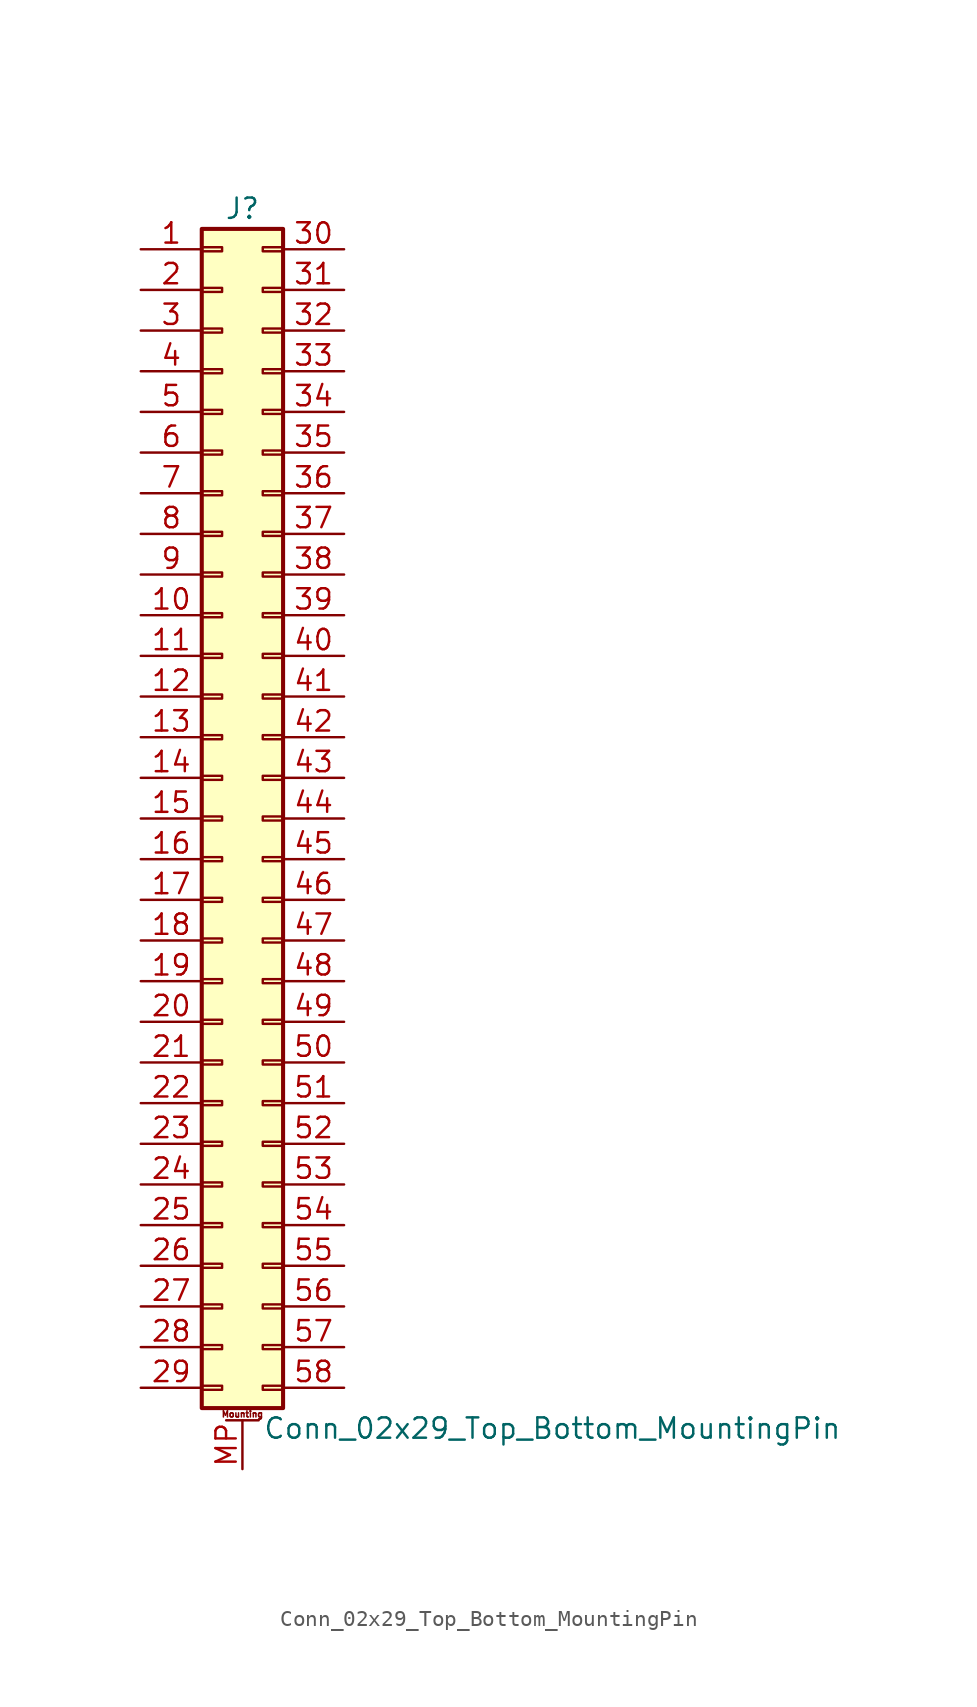
<source format=kicad_sym>
(kicad_symbol_lib
  (version 20220914)
  (generator kicad_symbol_editor)
  (symbol "Conn_02x29_Top_Bottom_MountingPin"
    (pin_names
      (offset 1.016) hide)
    (property "Reference" "J"
      (at 1.27 38.1 0)
      (effects (font (size 1.27 1.27))))
    (property "Value" "Conn_02x29_Top_Bottom_MountingPin"
      (at 2.54 -38.1 0)
      (effects (font (size 1.27 1.27)) (justify left)))
    (symbol "Conn_02x29_Top_Bottom_MountingPin_1_1"
      (rectangle (start -1.27 -35.433) (end 0 -35.687) (stroke (width 0.152) (type default)) (fill (type none)))
      (rectangle (start -1.27 -32.893) (end 0 -33.147) (stroke (width 0.152) (type default)) (fill (type none)))
      (rectangle (start -1.27 -30.353) (end 0 -30.607) (stroke (width 0.152) (type default)) (fill (type none)))
      (rectangle (start -1.27 -27.813) (end 0 -28.067) (stroke (width 0.152) (type default)) (fill (type none)))
      (rectangle (start -1.27 -25.273) (end 0 -25.527) (stroke (width 0.152) (type default)) (fill (type none)))
      (rectangle (start -1.27 -22.733) (end 0 -22.987) (stroke (width 0.152) (type default)) (fill (type none)))
      (rectangle (start -1.27 -20.193) (end 0 -20.447) (stroke (width 0.152) (type default)) (fill (type none)))
      (rectangle (start -1.27 -17.653) (end 0 -17.907) (stroke (width 0.152) (type default)) (fill (type none)))
      (rectangle (start -1.27 -15.113) (end 0 -15.367) (stroke (width 0.152) (type default)) (fill (type none)))
      (rectangle (start -1.27 -12.573) (end 0 -12.827) (stroke (width 0.152) (type default)) (fill (type none)))
      (rectangle (start -1.27 -10.033) (end 0 -10.287) (stroke (width 0.152) (type default)) (fill (type none)))
      (rectangle (start -1.27 -7.493) (end 0 -7.747) (stroke (width 0.152) (type default)) (fill (type none)))
      (rectangle (start -1.27 -4.953) (end 0 -5.207) (stroke (width 0.152) (type default)) (fill (type none)))
      (rectangle (start -1.27 -2.413) (end 0 -2.667) (stroke (width 0.152) (type default)) (fill (type none)))
      (rectangle (start -1.27 0.127) (end 0 -0.127) (stroke (width 0.152) (type default)) (fill (type none)))
      (rectangle (start -1.27 2.667) (end 0 2.413) (stroke (width 0.152) (type default)) (fill (type none)))
      (rectangle (start -1.27 5.207) (end 0 4.953) (stroke (width 0.152) (type default)) (fill (type none)))
      (rectangle (start -1.27 7.747) (end 0 7.493) (stroke (width 0.152) (type default)) (fill (type none)))
      (rectangle (start -1.27 10.287) (end 0 10.033) (stroke (width 0.152) (type default)) (fill (type none)))
      (rectangle (start -1.27 12.827) (end 0 12.573) (stroke (width 0.152) (type default)) (fill (type none)))
      (rectangle (start -1.27 15.367) (end 0 15.113) (stroke (width 0.152) (type default)) (fill (type none)))
      (rectangle (start -1.27 17.907) (end 0 17.653) (stroke (width 0.152) (type default)) (fill (type none)))
      (rectangle (start -1.27 20.447) (end 0 20.193) (stroke (width 0.152) (type default)) (fill (type none)))
      (rectangle (start -1.27 22.987) (end 0 22.733) (stroke (width 0.152) (type default)) (fill (type none)))
      (rectangle (start -1.27 25.527) (end 0 25.273) (stroke (width 0.152) (type default)) (fill (type none)))
      (rectangle (start -1.27 28.067) (end 0 27.813) (stroke (width 0.152) (type default)) (fill (type none)))
      (rectangle (start -1.27 30.607) (end 0 30.353) (stroke (width 0.152) (type default)) (fill (type none)))
      (rectangle (start -1.27 33.147) (end 0 32.893) (stroke (width 0.152) (type default)) (fill (type none)))
      (rectangle (start -1.27 35.687) (end 0 35.433) (stroke (width 0.152) (type default)) (fill (type none)))
      (rectangle (start -1.27 36.83) (end 3.81 -36.83) (stroke (width 0.254) (type default)) (fill (type background)))
      (polyline (pts (xy 0.254 -37.592) (xy 2.286 -37.592)) (stroke (width 0.152) (type default)) (fill (type none)))
      (rectangle (start 3.81 -35.433) (end 2.54 -35.687) (stroke (width 0.152) (type default)) (fill (type none)))
      (rectangle (start 3.81 -32.893) (end 2.54 -33.147) (stroke (width 0.152) (type default)) (fill (type none)))
      (rectangle (start 3.81 -30.353) (end 2.54 -30.607) (stroke (width 0.152) (type default)) (fill (type none)))
      (rectangle (start 3.81 -27.813) (end 2.54 -28.067) (stroke (width 0.152) (type default)) (fill (type none)))
      (rectangle (start 3.81 -25.273) (end 2.54 -25.527) (stroke (width 0.152) (type default)) (fill (type none)))
      (rectangle (start 3.81 -22.733) (end 2.54 -22.987) (stroke (width 0.152) (type default)) (fill (type none)))
      (rectangle (start 3.81 -20.193) (end 2.54 -20.447) (stroke (width 0.152) (type default)) (fill (type none)))
      (rectangle (start 3.81 -17.653) (end 2.54 -17.907) (stroke (width 0.152) (type default)) (fill (type none)))
      (rectangle (start 3.81 -15.113) (end 2.54 -15.367) (stroke (width 0.152) (type default)) (fill (type none)))
      (rectangle (start 3.81 -12.573) (end 2.54 -12.827) (stroke (width 0.152) (type default)) (fill (type none)))
      (rectangle (start 3.81 -10.033) (end 2.54 -10.287) (stroke (width 0.152) (type default)) (fill (type none)))
      (rectangle (start 3.81 -7.493) (end 2.54 -7.747) (stroke (width 0.152) (type default)) (fill (type none)))
      (rectangle (start 3.81 -4.953) (end 2.54 -5.207) (stroke (width 0.152) (type default)) (fill (type none)))
      (rectangle (start 3.81 -2.413) (end 2.54 -2.667) (stroke (width 0.152) (type default)) (fill (type none)))
      (rectangle (start 3.81 0.127) (end 2.54 -0.127) (stroke (width 0.152) (type default)) (fill (type none)))
      (rectangle (start 3.81 2.667) (end 2.54 2.413) (stroke (width 0.152) (type default)) (fill (type none)))
      (rectangle (start 3.81 5.207) (end 2.54 4.953) (stroke (width 0.152) (type default)) (fill (type none)))
      (rectangle (start 3.81 7.747) (end 2.54 7.493) (stroke (width 0.152) (type default)) (fill (type none)))
      (rectangle (start 3.81 10.287) (end 2.54 10.033) (stroke (width 0.152) (type default)) (fill (type none)))
      (rectangle (start 3.81 12.827) (end 2.54 12.573) (stroke (width 0.152) (type default)) (fill (type none)))
      (rectangle (start 3.81 15.367) (end 2.54 15.113) (stroke (width 0.152) (type default)) (fill (type none)))
      (rectangle (start 3.81 17.907) (end 2.54 17.653) (stroke (width 0.152) (type default)) (fill (type none)))
      (rectangle (start 3.81 20.447) (end 2.54 20.193) (stroke (width 0.152) (type default)) (fill (type none)))
      (rectangle (start 3.81 22.987) (end 2.54 22.733) (stroke (width 0.152) (type default)) (fill (type none)))
      (rectangle (start 3.81 25.527) (end 2.54 25.273) (stroke (width 0.152) (type default)) (fill (type none)))
      (rectangle (start 3.81 28.067) (end 2.54 27.813) (stroke (width 0.152) (type default)) (fill (type none)))
      (rectangle (start 3.81 30.607) (end 2.54 30.353) (stroke (width 0.152) (type default)) (fill (type none)))
      (rectangle (start 3.81 33.147) (end 2.54 32.893) (stroke (width 0.152) (type default)) (fill (type none)))
      (rectangle (start 3.81 35.687) (end 2.54 35.433) (stroke (width 0.152) (type default)) (fill (type none)))
      (text "Mounting" (at 1.27 -37.211 0) (effects (font (size 0.381 0.381))))
      (pin passive line (at -5.08 35.56 0) (length 3.81) (name "Pin_1" (effects (font (size 1.27 1.27)))) (number "1" (effects (font (size 1.27 1.27)))))
      (pin passive line (at -5.08 12.7 0) (length 3.81) (name "Pin_10" (effects (font (size 1.27 1.27)))) (number "10" (effects (font (size 1.27 1.27)))))
      (pin passive line (at -5.08 10.16 0) (length 3.81) (name "Pin_11" (effects (font (size 1.27 1.27)))) (number "11" (effects (font (size 1.27 1.27)))))
      (pin passive line (at -5.08 7.62 0) (length 3.81) (name "Pin_12" (effects (font (size 1.27 1.27)))) (number "12" (effects (font (size 1.27 1.27)))))
      (pin passive line (at -5.08 5.08 0) (length 3.81) (name "Pin_13" (effects (font (size 1.27 1.27)))) (number "13" (effects (font (size 1.27 1.27)))))
      (pin passive line (at -5.08 2.54 0) (length 3.81) (name "Pin_14" (effects (font (size 1.27 1.27)))) (number "14" (effects (font (size 1.27 1.27)))))
      (pin passive line (at -5.08 0 0) (length 3.81) (name "Pin_15" (effects (font (size 1.27 1.27)))) (number "15" (effects (font (size 1.27 1.27)))))
      (pin passive line (at -5.08 -2.54 0) (length 3.81) (name "Pin_16" (effects (font (size 1.27 1.27)))) (number "16" (effects (font (size 1.27 1.27)))))
      (pin passive line (at -5.08 -5.08 0) (length 3.81) (name "Pin_17" (effects (font (size 1.27 1.27)))) (number "17" (effects (font (size 1.27 1.27)))))
      (pin passive line (at -5.08 -7.62 0) (length 3.81) (name "Pin_18" (effects (font (size 1.27 1.27)))) (number "18" (effects (font (size 1.27 1.27)))))
      (pin passive line (at -5.08 -10.16 0) (length 3.81) (name "Pin_19" (effects (font (size 1.27 1.27)))) (number "19" (effects (font (size 1.27 1.27)))))
      (pin passive line (at -5.08 33.02 0) (length 3.81) (name "Pin_2" (effects (font (size 1.27 1.27)))) (number "2" (effects (font (size 1.27 1.27)))))
      (pin passive line (at -5.08 -12.7 0) (length 3.81) (name "Pin_20" (effects (font (size 1.27 1.27)))) (number "20" (effects (font (size 1.27 1.27)))))
      (pin passive line (at -5.08 -15.24 0) (length 3.81) (name "Pin_21" (effects (font (size 1.27 1.27)))) (number "21" (effects (font (size 1.27 1.27)))))
      (pin passive line (at -5.08 -17.78 0) (length 3.81) (name "Pin_22" (effects (font (size 1.27 1.27)))) (number "22" (effects (font (size 1.27 1.27)))))
      (pin passive line (at -5.08 -20.32 0) (length 3.81) (name "Pin_23" (effects (font (size 1.27 1.27)))) (number "23" (effects (font (size 1.27 1.27)))))
      (pin passive line (at -5.08 -22.86 0) (length 3.81) (name "Pin_24" (effects (font (size 1.27 1.27)))) (number "24" (effects (font (size 1.27 1.27)))))
      (pin passive line (at -5.08 -25.4 0) (length 3.81) (name "Pin_25" (effects (font (size 1.27 1.27)))) (number "25" (effects (font (size 1.27 1.27)))))
      (pin passive line (at -5.08 -27.94 0) (length 3.81) (name "Pin_26" (effects (font (size 1.27 1.27)))) (number "26" (effects (font (size 1.27 1.27)))))
      (pin passive line (at -5.08 -30.48 0) (length 3.81) (name "Pin_27" (effects (font (size 1.27 1.27)))) (number "27" (effects (font (size 1.27 1.27)))))
      (pin passive line (at -5.08 -33.02 0) (length 3.81) (name "Pin_28" (effects (font (size 1.27 1.27)))) (number "28" (effects (font (size 1.27 1.27)))))
      (pin passive line (at -5.08 -35.56 0) (length 3.81) (name "Pin_29" (effects (font (size 1.27 1.27)))) (number "29" (effects (font (size 1.27 1.27)))))
      (pin passive line (at -5.08 30.48 0) (length 3.81) (name "Pin_3" (effects (font (size 1.27 1.27)))) (number "3" (effects (font (size 1.27 1.27)))))
      (pin passive line (at 7.62 35.56 180) (length 3.81) (name "Pin_30" (effects (font (size 1.27 1.27)))) (number "30" (effects (font (size 1.27 1.27)))))
      (pin passive line (at 7.62 33.02 180) (length 3.81) (name "Pin_31" (effects (font (size 1.27 1.27)))) (number "31" (effects (font (size 1.27 1.27)))))
      (pin passive line (at 7.62 30.48 180) (length 3.81) (name "Pin_32" (effects (font (size 1.27 1.27)))) (number "32" (effects (font (size 1.27 1.27)))))
      (pin passive line (at 7.62 27.94 180) (length 3.81) (name "Pin_33" (effects (font (size 1.27 1.27)))) (number "33" (effects (font (size 1.27 1.27)))))
      (pin passive line (at 7.62 25.4 180) (length 3.81) (name "Pin_34" (effects (font (size 1.27 1.27)))) (number "34" (effects (font (size 1.27 1.27)))))
      (pin passive line (at 7.62 22.86 180) (length 3.81) (name "Pin_35" (effects (font (size 1.27 1.27)))) (number "35" (effects (font (size 1.27 1.27)))))
      (pin passive line (at 7.62 20.32 180) (length 3.81) (name "Pin_36" (effects (font (size 1.27 1.27)))) (number "36" (effects (font (size 1.27 1.27)))))
      (pin passive line (at 7.62 17.78 180) (length 3.81) (name "Pin_37" (effects (font (size 1.27 1.27)))) (number "37" (effects (font (size 1.27 1.27)))))
      (pin passive line (at 7.62 15.24 180) (length 3.81) (name "Pin_38" (effects (font (size 1.27 1.27)))) (number "38" (effects (font (size 1.27 1.27)))))
      (pin passive line (at 7.62 12.7 180) (length 3.81) (name "Pin_39" (effects (font (size 1.27 1.27)))) (number "39" (effects (font (size 1.27 1.27)))))
      (pin passive line (at -5.08 27.94 0) (length 3.81) (name "Pin_4" (effects (font (size 1.27 1.27)))) (number "4" (effects (font (size 1.27 1.27)))))
      (pin passive line (at 7.62 10.16 180) (length 3.81) (name "Pin_40" (effects (font (size 1.27 1.27)))) (number "40" (effects (font (size 1.27 1.27)))))
      (pin passive line (at 7.62 7.62 180) (length 3.81) (name "Pin_41" (effects (font (size 1.27 1.27)))) (number "41" (effects (font (size 1.27 1.27)))))
      (pin passive line (at 7.62 5.08 180) (length 3.81) (name "Pin_42" (effects (font (size 1.27 1.27)))) (number "42" (effects (font (size 1.27 1.27)))))
      (pin passive line (at 7.62 2.54 180) (length 3.81) (name "Pin_43" (effects (font (size 1.27 1.27)))) (number "43" (effects (font (size 1.27 1.27)))))
      (pin passive line (at 7.62 0 180) (length 3.81) (name "Pin_44" (effects (font (size 1.27 1.27)))) (number "44" (effects (font (size 1.27 1.27)))))
      (pin passive line (at 7.62 -2.54 180) (length 3.81) (name "Pin_45" (effects (font (size 1.27 1.27)))) (number "45" (effects (font (size 1.27 1.27)))))
      (pin passive line (at 7.62 -5.08 180) (length 3.81) (name "Pin_46" (effects (font (size 1.27 1.27)))) (number "46" (effects (font (size 1.27 1.27)))))
      (pin passive line (at 7.62 -7.62 180) (length 3.81) (name "Pin_47" (effects (font (size 1.27 1.27)))) (number "47" (effects (font (size 1.27 1.27)))))
      (pin passive line (at 7.62 -10.16 180) (length 3.81) (name "Pin_48" (effects (font (size 1.27 1.27)))) (number "48" (effects (font (size 1.27 1.27)))))
      (pin passive line (at 7.62 -12.7 180) (length 3.81) (name "Pin_49" (effects (font (size 1.27 1.27)))) (number "49" (effects (font (size 1.27 1.27)))))
      (pin passive line (at -5.08 25.4 0) (length 3.81) (name "Pin_5" (effects (font (size 1.27 1.27)))) (number "5" (effects (font (size 1.27 1.27)))))
      (pin passive line (at 7.62 -15.24 180) (length 3.81) (name "Pin_50" (effects (font (size 1.27 1.27)))) (number "50" (effects (font (size 1.27 1.27)))))
      (pin passive line (at 7.62 -17.78 180) (length 3.81) (name "Pin_51" (effects (font (size 1.27 1.27)))) (number "51" (effects (font (size 1.27 1.27)))))
      (pin passive line (at 7.62 -20.32 180) (length 3.81) (name "Pin_52" (effects (font (size 1.27 1.27)))) (number "52" (effects (font (size 1.27 1.27)))))
      (pin passive line (at 7.62 -22.86 180) (length 3.81) (name "Pin_53" (effects (font (size 1.27 1.27)))) (number "53" (effects (font (size 1.27 1.27)))))
      (pin passive line (at 7.62 -25.4 180) (length 3.81) (name "Pin_54" (effects (font (size 1.27 1.27)))) (number "54" (effects (font (size 1.27 1.27)))))
      (pin passive line (at 7.62 -27.94 180) (length 3.81) (name "Pin_55" (effects (font (size 1.27 1.27)))) (number "55" (effects (font (size 1.27 1.27)))))
      (pin passive line (at 7.62 -30.48 180) (length 3.81) (name "Pin_56" (effects (font (size 1.27 1.27)))) (number "56" (effects (font (size 1.27 1.27)))))
      (pin passive line (at 7.62 -33.02 180) (length 3.81) (name "Pin_57" (effects (font (size 1.27 1.27)))) (number "57" (effects (font (size 1.27 1.27)))))
      (pin passive line (at 7.62 -35.56 180) (length 3.81) (name "Pin_58" (effects (font (size 1.27 1.27)))) (number "58" (effects (font (size 1.27 1.27)))))
      (pin passive line (at -5.08 22.86 0) (length 3.81) (name "Pin_6" (effects (font (size 1.27 1.27)))) (number "6" (effects (font (size 1.27 1.27)))))
      (pin passive line (at -5.08 20.32 0) (length 3.81) (name "Pin_7" (effects (font (size 1.27 1.27)))) (number "7" (effects (font (size 1.27 1.27)))))
      (pin passive line (at -5.08 17.78 0) (length 3.81) (name "Pin_8" (effects (font (size 1.27 1.27)))) (number "8" (effects (font (size 1.27 1.27)))))
      (pin passive line (at -5.08 15.24 0) (length 3.81) (name "Pin_9" (effects (font (size 1.27 1.27)))) (number "9" (effects (font (size 1.27 1.27)))))
      (pin passive line (at 1.27 -40.64 90) (length 3.048) (name "MountPin" (effects (font (size 1.27 1.27)))) (number "MP" (effects (font (size 1.27 1.27))))))))
</source>
